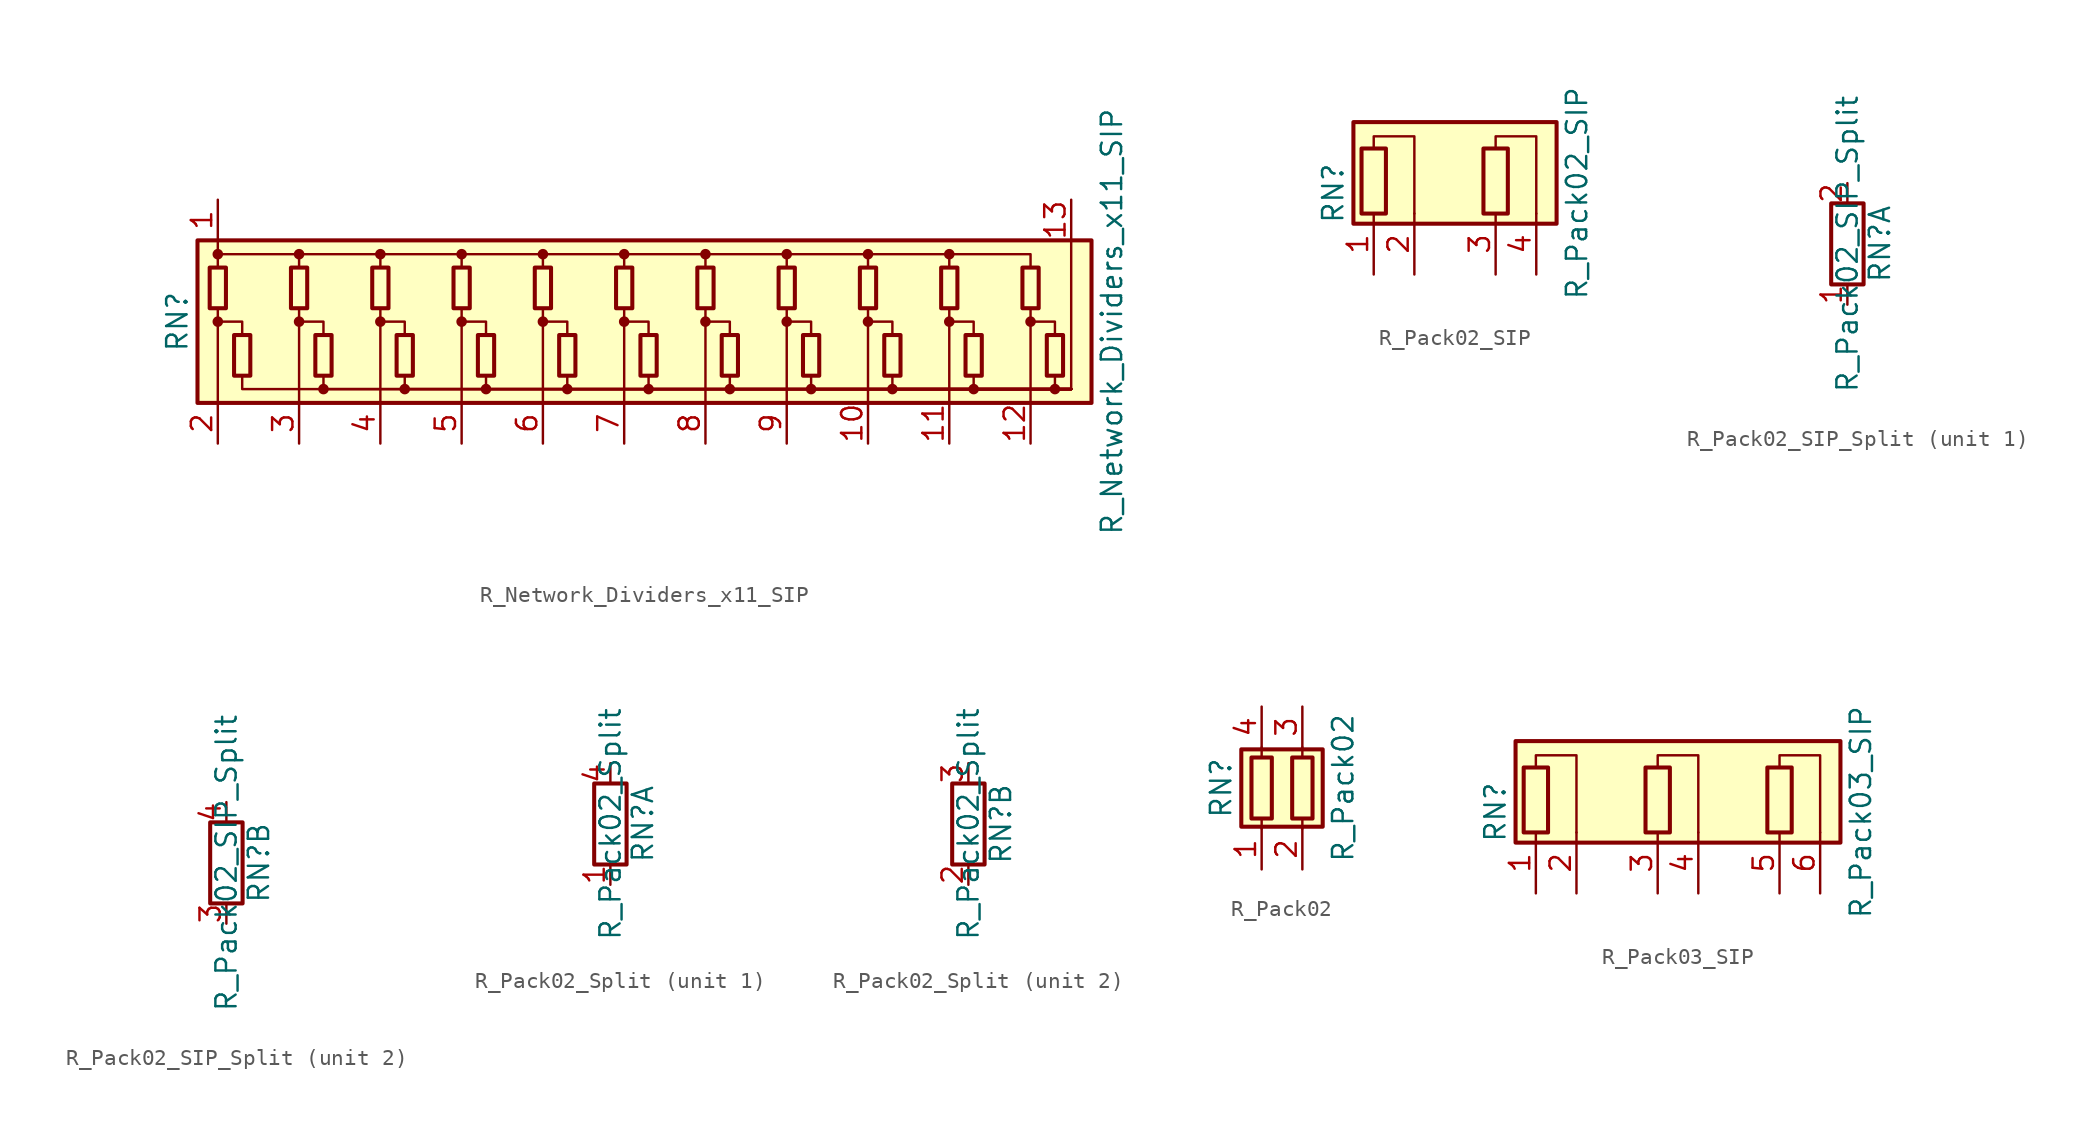
<source format=kicad_sym>
(kicad_symbol_lib
  (version 20201005)
  (generator kicad_symbol_editor)
  (symbol "R_Network_Dividers_x11_SIP"
    (pin_names
      (offset 0) hide)
    (property "Reference" "RN"
      (at -27.94 0 90)
      (effects (font (size 1.27 1.27))))
    (property "Value" "R_Network_Dividers_x11_SIP"
      (at 30.48 0 90)
      (effects (font (size 1.27 1.27))))
    (symbol "R_Network_Dividers_x11_SIP_0_1"
      (circle (center -25.4 0) (radius 0.254) (stroke (width 0)) (fill (type outline)))
      (circle (center -25.4 4.216) (radius 0.254) (stroke (width 0)) (fill (type outline)))
      (circle (center -20.32 0) (radius 0.254) (stroke (width 0)) (fill (type outline)))
      (circle (center -20.32 4.216) (radius 0.254) (stroke (width 0)) (fill (type outline)))
      (circle (center -18.796 -4.216) (radius 0.254) (stroke (width 0)) (fill (type outline)))
      (circle (center -15.24 0) (radius 0.254) (stroke (width 0)) (fill (type outline)))
      (circle (center -15.24 4.216) (radius 0.254) (stroke (width 0)) (fill (type outline)))
      (circle (center -13.716 -4.216) (radius 0.254) (stroke (width 0)) (fill (type outline)))
      (circle (center -10.16 0) (radius 0.254) (stroke (width 0)) (fill (type outline)))
      (circle (center -10.16 4.216) (radius 0.254) (stroke (width 0)) (fill (type outline)))
      (circle (center -8.636 -4.216) (radius 0.254) (stroke (width 0)) (fill (type outline)))
      (circle (center -5.08 0) (radius 0.254) (stroke (width 0)) (fill (type outline)))
      (circle (center -5.08 4.216) (radius 0.254) (stroke (width 0)) (fill (type outline)))
      (circle (center -3.556 -4.216) (radius 0.254) (stroke (width 0)) (fill (type outline)))
      (circle (center 0 0) (radius 0.254) (stroke (width 0)) (fill (type outline)))
      (circle (center 0 4.216) (radius 0.254) (stroke (width 0)) (fill (type outline)))
      (circle (center 1.524 -4.216) (radius 0.254) (stroke (width 0)) (fill (type outline)))
      (circle (center 5.08 0) (radius 0.254) (stroke (width 0)) (fill (type outline)))
      (circle (center 5.08 4.216) (radius 0.254) (stroke (width 0)) (fill (type outline)))
      (circle (center 6.604 -4.216) (radius 0.254) (stroke (width 0)) (fill (type outline)))
      (circle (center 10.16 0) (radius 0.254) (stroke (width 0)) (fill (type outline)))
      (circle (center 10.16 4.216) (radius 0.254) (stroke (width 0)) (fill (type outline)))
      (circle (center 11.684 -4.216) (radius 0.254) (stroke (width 0)) (fill (type outline)))
      (circle (center 15.24 0) (radius 0.254) (stroke (width 0)) (fill (type outline)))
      (circle (center 15.24 4.216) (radius 0.254) (stroke (width 0)) (fill (type outline)))
      (circle (center 16.764 -4.216) (radius 0.254) (stroke (width 0)) (fill (type outline)))
      (circle (center 20.32 0) (radius 0.254) (stroke (width 0)) (fill (type outline)))
      (circle (center 20.32 4.216) (radius 0.254) (stroke (width 0)) (fill (type outline)))
      (circle (center 21.844 -4.216) (radius 0.254) (stroke (width 0)) (fill (type outline)))
      (circle (center 25.4 0) (radius 0.254) (stroke (width 0)) (fill (type outline)))
      (circle (center 26.924 -4.216) (radius 0.254) (stroke (width 0)) (fill (type outline)))
      (rectangle (start -25.908 3.378) (end -24.892 0.838) (stroke (width 0.254)) (fill (type none)))
      (rectangle (start -24.384 -3.378) (end -23.368 -0.838) (stroke (width 0.254)) (fill (type none)))
      (rectangle (start -20.828 3.378) (end -19.812 0.838) (stroke (width 0.254)) (fill (type none)))
      (rectangle (start -19.304 -3.378) (end -18.288 -0.838) (stroke (width 0.254)) (fill (type none)))
      (rectangle (start -15.748 3.378) (end -14.732 0.838) (stroke (width 0.254)) (fill (type none)))
      (rectangle (start -14.224 -3.378) (end -13.208 -0.838) (stroke (width 0.254)) (fill (type none)))
      (rectangle (start -10.668 3.378) (end -9.652 0.838) (stroke (width 0.254)) (fill (type none)))
      (rectangle (start -9.144 -3.378) (end -8.128 -0.838) (stroke (width 0.254)) (fill (type none)))
      (rectangle (start -5.588 3.378) (end -4.572 0.838) (stroke (width 0.254)) (fill (type none)))
      (rectangle (start -4.064 -3.378) (end -3.048 -0.838) (stroke (width 0.254)) (fill (type none)))
      (rectangle (start -0.508 3.378) (end 0.508 0.838) (stroke (width 0.254)) (fill (type none)))
      (rectangle (start 1.016 -3.378) (end 2.032 -0.838) (stroke (width 0.254)) (fill (type none)))
      (rectangle (start 4.572 3.378) (end 5.588 0.838) (stroke (width 0.254)) (fill (type none)))
      (rectangle (start 6.096 -3.378) (end 7.112 -0.838) (stroke (width 0.254)) (fill (type none)))
      (rectangle (start 9.652 3.378) (end 10.668 0.838) (stroke (width 0.254)) (fill (type none)))
      (rectangle (start 11.176 -3.378) (end 12.192 -0.838) (stroke (width 0.254)) (fill (type none)))
      (rectangle (start 14.732 3.378) (end 15.748 0.838) (stroke (width 0.254)) (fill (type none)))
      (rectangle (start 16.256 -3.378) (end 17.272 -0.838) (stroke (width 0.254)) (fill (type none)))
      (rectangle (start 19.812 3.378) (end 20.828 0.838) (stroke (width 0.254)) (fill (type none)))
      (rectangle (start 21.336 -3.378) (end 22.352 -0.838) (stroke (width 0.254)) (fill (type none)))
      (rectangle (start 24.892 3.378) (end 25.908 0.838) (stroke (width 0.254)) (fill (type none)))
      (rectangle (start 26.416 -3.378) (end 27.432 -0.838) (stroke (width 0.254)) (fill (type none)))
      (rectangle (start -26.67 -5.08) (end 29.21 5.08) (stroke (width 0.254)) (fill (type background)))
      (polyline (pts (xy -25.4 -5.08) (xy -25.4 0.838)) (stroke (width 0)) (fill (type none)))
      (polyline (pts (xy -25.4 5.08) (xy -25.4 3.378)) (stroke (width 0)) (fill (type none)))
      (polyline (pts (xy -20.32 -5.08) (xy -20.32 0.838)) (stroke (width 0)) (fill (type none)))
      (polyline (pts (xy -15.24 -5.08) (xy -15.24 0.838)) (stroke (width 0)) (fill (type none)))
      (polyline (pts (xy -10.16 -5.08) (xy -10.16 0.838)) (stroke (width 0)) (fill (type none)))
      (polyline (pts (xy -5.08 -5.08) (xy -5.08 0.838)) (stroke (width 0)) (fill (type none)))
      (polyline (pts (xy 0 -5.08) (xy 0 0.838)) (stroke (width 0)) (fill (type none)))
      (polyline (pts (xy 5.08 -5.08) (xy 5.08 0.838)) (stroke (width 0)) (fill (type none)))
      (polyline (pts (xy 10.16 -5.08) (xy 10.16 0.838)) (stroke (width 0)) (fill (type none)))
      (polyline (pts (xy 15.24 -5.08) (xy 15.24 0.838)) (stroke (width 0)) (fill (type none)))
      (polyline (pts (xy 20.32 -5.08) (xy 20.32 0.838)) (stroke (width 0)) (fill (type none)))
      (polyline (pts (xy 25.4 -5.08) (xy 25.4 0.838)) (stroke (width 0)) (fill (type none)))
      (polyline (pts (xy 27.94 -4.216) (xy 27.94 5.08)) (stroke (width 0)) (fill (type none)))
      (polyline (pts (xy -25.4 0) (xy -23.876 0) (xy -23.876 -0.838)) (stroke (width 0)) (fill (type none)))
      (polyline (pts (xy -25.4 4.216) (xy -20.32 4.216) (xy -20.32 3.378)) (stroke (width 0)) (fill (type none)))
      (polyline (pts (xy -23.876 -3.378) (xy -23.876 -4.216) (xy 27.94 -4.216)) (stroke (width 0)) (fill (type none)))
      (polyline (pts (xy -20.32 0) (xy -18.796 0) (xy -18.796 -0.838)) (stroke (width 0)) (fill (type none)))
      (polyline (pts (xy -20.32 4.216) (xy -15.24 4.216) (xy -15.24 3.378)) (stroke (width 0)) (fill (type none)))
      (polyline (pts (xy -18.796 -3.378) (xy -18.796 -4.216) (xy 27.94 -4.216)) (stroke (width 0)) (fill (type none)))
      (polyline (pts (xy -15.24 0) (xy -13.716 0) (xy -13.716 -0.838)) (stroke (width 0)) (fill (type none)))
      (polyline (pts (xy -15.24 4.216) (xy -10.16 4.216) (xy -10.16 3.378)) (stroke (width 0)) (fill (type none)))
      (polyline (pts (xy -13.716 -3.378) (xy -13.716 -4.216) (xy 27.94 -4.216)) (stroke (width 0)) (fill (type none)))
      (polyline (pts (xy -10.16 0) (xy -8.636 0) (xy -8.636 -0.838)) (stroke (width 0)) (fill (type none)))
      (polyline (pts (xy -10.16 4.216) (xy -5.08 4.216) (xy -5.08 3.378)) (stroke (width 0)) (fill (type none)))
      (polyline (pts (xy -8.636 -3.378) (xy -8.636 -4.216) (xy 27.94 -4.216)) (stroke (width 0)) (fill (type none)))
      (polyline (pts (xy -5.08 0) (xy -3.556 0) (xy -3.556 -0.838)) (stroke (width 0)) (fill (type none)))
      (polyline (pts (xy -5.08 4.216) (xy 0 4.216) (xy 0 3.378)) (stroke (width 0)) (fill (type none)))
      (polyline (pts (xy -3.556 -3.378) (xy -3.556 -4.216) (xy 27.94 -4.216)) (stroke (width 0)) (fill (type none)))
      (polyline (pts (xy 0 0) (xy 1.524 0) (xy 1.524 -0.838)) (stroke (width 0)) (fill (type none)))
      (polyline (pts (xy 0 4.216) (xy 5.08 4.216) (xy 5.08 3.378)) (stroke (width 0)) (fill (type none)))
      (polyline (pts (xy 1.524 -3.378) (xy 1.524 -4.216) (xy 27.94 -4.216)) (stroke (width 0)) (fill (type none)))
      (polyline (pts (xy 5.08 0) (xy 6.604 0) (xy 6.604 -0.838)) (stroke (width 0)) (fill (type none)))
      (polyline (pts (xy 5.08 4.216) (xy 10.16 4.216) (xy 10.16 3.378)) (stroke (width 0)) (fill (type none)))
      (polyline (pts (xy 6.604 -3.378) (xy 6.604 -4.216) (xy 27.94 -4.216)) (stroke (width 0)) (fill (type none)))
      (polyline (pts (xy 10.16 0) (xy 11.684 0) (xy 11.684 -0.838)) (stroke (width 0)) (fill (type none)))
      (polyline (pts (xy 10.16 4.216) (xy 15.24 4.216) (xy 15.24 3.378)) (stroke (width 0)) (fill (type none)))
      (polyline (pts (xy 11.684 -3.378) (xy 11.684 -4.216) (xy 27.94 -4.216)) (stroke (width 0)) (fill (type none)))
      (polyline (pts (xy 15.24 0) (xy 16.764 0) (xy 16.764 -0.838)) (stroke (width 0)) (fill (type none)))
      (polyline (pts (xy 15.24 4.216) (xy 20.32 4.216) (xy 20.32 3.378)) (stroke (width 0)) (fill (type none)))
      (polyline (pts (xy 16.764 -3.378) (xy 16.764 -4.216) (xy 27.94 -4.216)) (stroke (width 0)) (fill (type none)))
      (polyline (pts (xy 20.32 0) (xy 21.844 0) (xy 21.844 -0.838)) (stroke (width 0)) (fill (type none)))
      (polyline (pts (xy 20.32 4.216) (xy 25.4 4.216) (xy 25.4 3.378)) (stroke (width 0)) (fill (type none)))
      (polyline (pts (xy 21.844 -3.378) (xy 21.844 -4.216) (xy 27.94 -4.216)) (stroke (width 0)) (fill (type none)))
      (polyline (pts (xy 25.4 0) (xy 26.924 0) (xy 26.924 -0.838)) (stroke (width 0)) (fill (type none)))
      (polyline (pts (xy 26.924 -3.378) (xy 26.924 -4.216) (xy 27.94 -4.216)) (stroke (width 0)) (fill (type none))))
    (symbol "R_Network_Dividers_x11_SIP_1_1"
      (pin passive line (at -25.4 7.62 270) (length 2.54) (name "COM1" (effects (font (size 1.27 1.27)))) (number "1" (effects (font (size 1.27 1.27)))))
      (pin passive line (at 15.24 -7.62 90) (length 2.54) (name "R9" (effects (font (size 1.27 1.27)))) (number "10" (effects (font (size 1.27 1.27)))))
      (pin passive line (at 20.32 -7.62 90) (length 2.54) (name "R10" (effects (font (size 1.27 1.27)))) (number "11" (effects (font (size 1.27 1.27)))))
      (pin passive line (at 25.4 -7.62 90) (length 2.54) (name "R11" (effects (font (size 1.27 1.27)))) (number "12" (effects (font (size 1.27 1.27)))))
      (pin passive line (at 27.94 7.62 270) (length 2.54) (name "COM2" (effects (font (size 1.27 1.27)))) (number "13" (effects (font (size 1.27 1.27)))))
      (pin passive line (at -25.4 -7.62 90) (length 2.54) (name "R1" (effects (font (size 1.27 1.27)))) (number "2" (effects (font (size 1.27 1.27)))))
      (pin passive line (at -20.32 -7.62 90) (length 2.54) (name "R2" (effects (font (size 1.27 1.27)))) (number "3" (effects (font (size 1.27 1.27)))))
      (pin passive line (at -15.24 -7.62 90) (length 2.54) (name "R3" (effects (font (size 1.27 1.27)))) (number "4" (effects (font (size 1.27 1.27)))))
      (pin passive line (at -10.16 -7.62 90) (length 2.54) (name "R4" (effects (font (size 1.27 1.27)))) (number "5" (effects (font (size 1.27 1.27)))))
      (pin passive line (at -5.08 -7.62 90) (length 2.54) (name "R5" (effects (font (size 1.27 1.27)))) (number "6" (effects (font (size 1.27 1.27)))))
      (pin passive line (at 0 -7.62 90) (length 2.54) (name "R6" (effects (font (size 1.27 1.27)))) (number "7" (effects (font (size 1.27 1.27)))))
      (pin passive line (at 5.08 -7.62 90) (length 2.54) (name "R7" (effects (font (size 1.27 1.27)))) (number "8" (effects (font (size 1.27 1.27)))))
      (pin passive line (at 10.16 -7.62 90) (length 2.54) (name "R8" (effects (font (size 1.27 1.27)))) (number "9" (effects (font (size 1.27 1.27)))))))
  (symbol "R_Pack02_SIP"
    (pin_names
      (offset 0) hide)
    (property "Reference" "RN"
      (at -7.62 0 90)
      (effects (font (size 1.27 1.27))))
    (property "Value" "R_Pack02_SIP"
      (at 7.62 0 90)
      (effects (font (size 1.27 1.27))))
    (symbol "R_Pack02_SIP_0_1"
      (rectangle (start -5.842 2.794) (end -4.318 -1.27) (stroke (width 0.254)) (fill (type none)))
      (rectangle (start 1.778 2.794) (end 3.302 -1.27) (stroke (width 0.254)) (fill (type none)))
      (rectangle (start -6.35 -1.905) (end 6.35 4.445) (stroke (width 0.254)) (fill (type background)))
      (polyline (pts (xy -5.08 2.794) (xy -5.08 3.556) (xy -2.54 3.556) (xy -2.54 -1.27)) (stroke (width 0)) (fill (type none)))
      (polyline (pts (xy 2.54 2.794) (xy 2.54 3.556) (xy 5.08 3.556) (xy 5.08 -1.27)) (stroke (width 0)) (fill (type none))))
    (symbol "R_Pack02_SIP_1_1"
      (pin passive line (at -5.08 -5.08 90) (length 3.81) (name "R1.1" (effects (font (size 1.27 1.27)))) (number "1" (effects (font (size 1.27 1.27)))))
      (pin passive line (at -2.54 -5.08 90) (length 3.81) (name "R1.2" (effects (font (size 1.27 1.27)))) (number "2" (effects (font (size 1.27 1.27)))))
      (pin passive line (at 2.54 -5.08 90) (length 3.81) (name "R2.1" (effects (font (size 1.27 1.27)))) (number "3" (effects (font (size 1.27 1.27)))))
      (pin passive line (at 5.08 -5.08 90) (length 3.81) (name "R2.2" (effects (font (size 1.27 1.27)))) (number "4" (effects (font (size 1.27 1.27)))))))
  (symbol "R_Pack02_SIP_Split"
    (pin_names
      (offset 0) hide)
    (property "Reference" "RN"
      (at 2.032 0 90)
      (effects (font (size 1.27 1.27))))
    (property "Value" "R_Pack02_SIP_Split"
      (at 0 0 90)
      (effects (font (size 1.27 1.27))))
    (symbol "R_Pack02_SIP_Split_0_1"
      (rectangle (start 1.016 2.54) (end -1.016 -2.54) (stroke (width 0.254)) (fill (type none))))
    (symbol "R_Pack02_SIP_Split_1_1"
      (pin passive line (at 0 -3.81 90) (length 1.27) (name "R1.1" (effects (font (size 1.27 1.27)))) (number "1" (effects (font (size 1.27 1.27)))))
      (pin passive line (at 0 3.81 270) (length 1.27) (name "R1.2" (effects (font (size 1.27 1.27)))) (number "2" (effects (font (size 1.27 1.27))))))
    (symbol "R_Pack02_SIP_Split_2_1"
      (pin passive line (at 0 -3.81 90) (length 1.27) (name "R2.1" (effects (font (size 1.27 1.27)))) (number "3" (effects (font (size 1.27 1.27)))))
      (pin passive line (at 0 3.81 270) (length 1.27) (name "R2.2" (effects (font (size 1.27 1.27)))) (number "4" (effects (font (size 1.27 1.27)))))))
  (symbol "R_Pack02_Split"
    (pin_names
      (offset 0) hide)
    (property "Reference" "RN"
      (at 2.032 0 90)
      (effects (font (size 1.27 1.27))))
    (property "Value" "R_Pack02_Split"
      (at 0 0 90)
      (effects (font (size 1.27 1.27))))
    (symbol "R_Pack02_Split_0_1"
      (rectangle (start 1.016 2.54) (end -1.016 -2.54) (stroke (width 0.254)) (fill (type none))))
    (symbol "R_Pack02_Split_1_1"
      (pin passive line (at 0 -3.81 90) (length 1.27) (name "R1.1" (effects (font (size 1.27 1.27)))) (number "1" (effects (font (size 1.27 1.27)))))
      (pin passive line (at 0 3.81 270) (length 1.27) (name "R1.2" (effects (font (size 1.27 1.27)))) (number "4" (effects (font (size 1.27 1.27))))))
    (symbol "R_Pack02_Split_2_1"
      (pin passive line (at 0 -3.81 90) (length 1.27) (name "R2.1" (effects (font (size 1.27 1.27)))) (number "2" (effects (font (size 1.27 1.27)))))
      (pin passive line (at 0 3.81 270) (length 1.27) (name "R2.2" (effects (font (size 1.27 1.27)))) (number "3" (effects (font (size 1.27 1.27)))))))
  (symbol "R_Pack02"
    (pin_names
      (offset 0) hide)
    (property "Reference" "RN"
      (at -5.08 0 90)
      (effects (font (size 1.27 1.27))))
    (property "Value" "R_Pack02"
      (at 2.54 0 90)
      (effects (font (size 1.27 1.27))))
    (symbol "R_Pack02_0_1"
      (rectangle (start -3.175 1.905) (end -1.905 -1.905) (stroke (width 0.254)) (fill (type none)))
      (rectangle (start -0.635 1.905) (end 0.635 -1.905) (stroke (width 0.254)) (fill (type none)))
      (rectangle (start -3.81 -2.413) (end 1.27 2.413) (stroke (width 0.254)) (fill (type background)))
      (polyline (pts (xy -2.54 -2.54) (xy -2.54 -1.905)) (stroke (width 0)) (fill (type none)))
      (polyline (pts (xy -2.54 1.905) (xy -2.54 2.54)) (stroke (width 0)) (fill (type none)))
      (polyline (pts (xy 0 -2.54) (xy 0 -1.905)) (stroke (width 0)) (fill (type none)))
      (polyline (pts (xy 0 1.905) (xy 0 2.54)) (stroke (width 0)) (fill (type none))))
    (symbol "R_Pack02_1_1"
      (pin passive line (at -2.54 -5.08 90) (length 2.54) (name "R1.1" (effects (font (size 1.27 1.27)))) (number "1" (effects (font (size 1.27 1.27)))))
      (pin passive line (at 0 -5.08 90) (length 2.54) (name "R2.1" (effects (font (size 1.27 1.27)))) (number "2" (effects (font (size 1.27 1.27)))))
      (pin passive line (at 0 5.08 270) (length 2.54) (name "R2.2" (effects (font (size 1.27 1.27)))) (number "3" (effects (font (size 1.27 1.27)))))
      (pin passive line (at -2.54 5.08 270) (length 2.54) (name "R1.2" (effects (font (size 1.27 1.27)))) (number "4" (effects (font (size 1.27 1.27)))))))
  (symbol "R_Pack03_SIP"
    (pin_names
      (offset 0) hide)
    (property "Reference" "RN"
      (at -10.16 0 90)
      (effects (font (size 1.27 1.27))))
    (property "Value" "R_Pack03_SIP"
      (at 12.7 0 90)
      (effects (font (size 1.27 1.27))))
    (symbol "R_Pack03_SIP_0_1"
      (rectangle (start -8.382 2.794) (end -6.858 -1.27) (stroke (width 0.254)) (fill (type none)))
      (rectangle (start -0.762 2.794) (end 0.762 -1.27) (stroke (width 0.254)) (fill (type none)))
      (rectangle (start 6.858 2.794) (end 8.382 -1.27) (stroke (width 0.254)) (fill (type none)))
      (rectangle (start -8.89 -1.905) (end 11.43 4.445) (stroke (width 0.254)) (fill (type background)))
      (polyline (pts (xy -7.62 2.794) (xy -7.62 3.556) (xy -5.08 3.556) (xy -5.08 -1.27)) (stroke (width 0)) (fill (type none)))
      (polyline (pts (xy 0 2.794) (xy 0 3.556) (xy 2.54 3.556) (xy 2.54 -1.27)) (stroke (width 0)) (fill (type none)))
      (polyline (pts (xy 7.62 2.794) (xy 7.62 3.556) (xy 10.16 3.556) (xy 10.16 -1.27)) (stroke (width 0)) (fill (type none))))
    (symbol "R_Pack03_SIP_1_1"
      (pin passive line (at -7.62 -5.08 90) (length 3.81) (name "R1.1" (effects (font (size 1.27 1.27)))) (number "1" (effects (font (size 1.27 1.27)))))
      (pin passive line (at -5.08 -5.08 90) (length 3.81) (name "R1.2" (effects (font (size 1.27 1.27)))) (number "2" (effects (font (size 1.27 1.27)))))
      (pin passive line (at 0 -5.08 90) (length 3.81) (name "R2.1" (effects (font (size 1.27 1.27)))) (number "3" (effects (font (size 1.27 1.27)))))
      (pin passive line (at 2.54 -5.08 90) (length 3.81) (name "R2.2" (effects (font (size 1.27 1.27)))) (number "4" (effects (font (size 1.27 1.27)))))
      (pin passive line (at 7.62 -5.08 90) (length 3.81) (name "R3.1" (effects (font (size 1.27 1.27)))) (number "5" (effects (font (size 1.27 1.27)))))
      (pin passive line (at 10.16 -5.08 90) (length 3.81) (name "R3.2" (effects (font (size 1.27 1.27)))) (number "6" (effects (font (size 1.27 1.27))))))))
</source>
